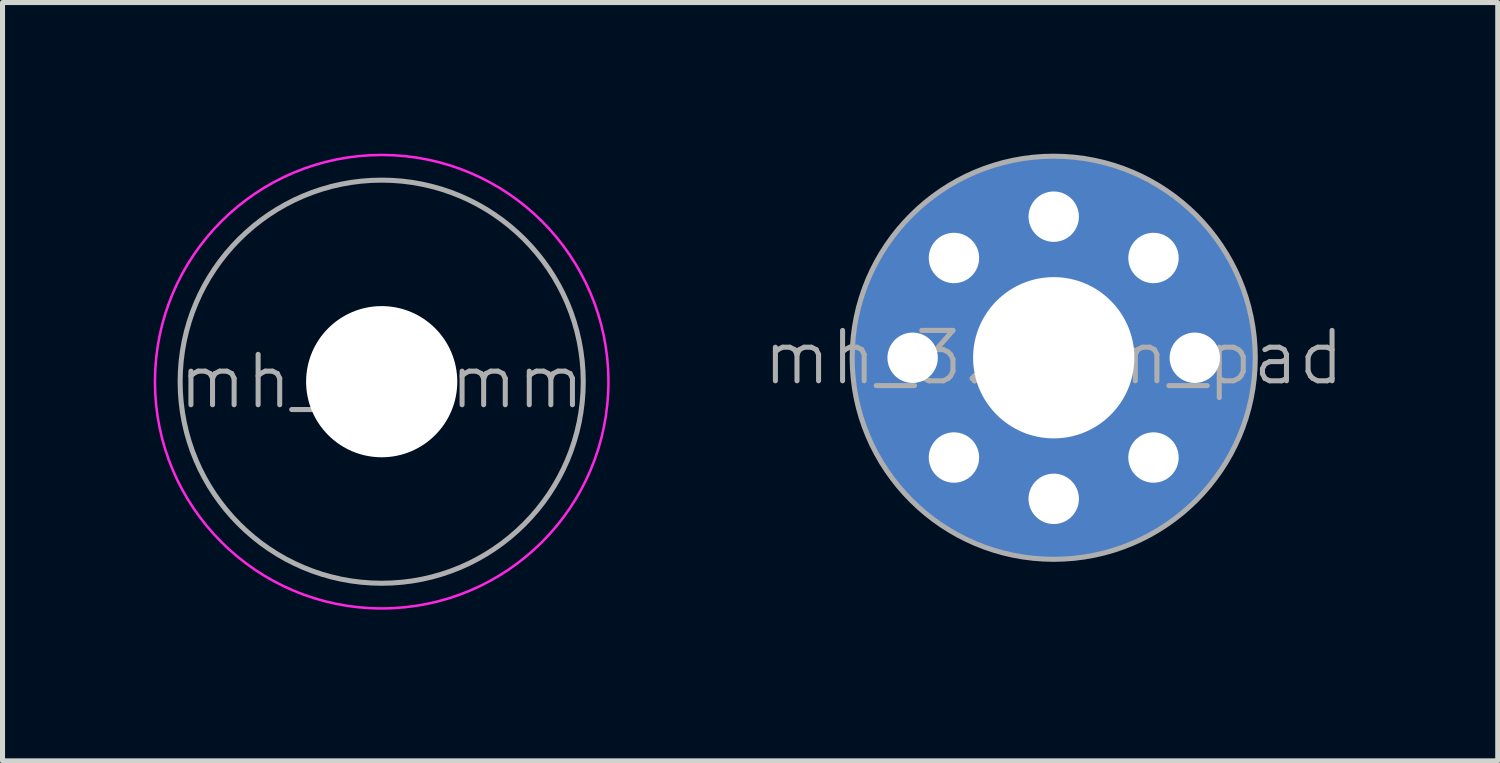
<source format=kicad_pcb>
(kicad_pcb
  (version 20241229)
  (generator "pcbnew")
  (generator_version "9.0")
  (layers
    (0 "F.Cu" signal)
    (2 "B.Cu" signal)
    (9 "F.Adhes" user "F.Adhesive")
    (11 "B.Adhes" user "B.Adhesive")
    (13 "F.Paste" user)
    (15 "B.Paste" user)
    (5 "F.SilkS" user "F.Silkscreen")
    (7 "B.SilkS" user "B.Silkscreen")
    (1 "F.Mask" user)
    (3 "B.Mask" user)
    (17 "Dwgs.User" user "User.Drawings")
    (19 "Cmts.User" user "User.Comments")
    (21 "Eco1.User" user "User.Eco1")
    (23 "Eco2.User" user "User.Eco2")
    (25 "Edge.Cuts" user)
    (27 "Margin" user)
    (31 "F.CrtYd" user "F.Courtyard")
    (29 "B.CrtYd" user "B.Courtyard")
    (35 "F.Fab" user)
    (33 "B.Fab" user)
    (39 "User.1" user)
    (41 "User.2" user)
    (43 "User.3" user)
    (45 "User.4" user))
  (footprint "mh_3.2mm"
    (layer "F.Cu")
    (at 4.525 4.525)
    (property "Reference" "mh_3.2mm" (at 0 0 0) (unlocked yes) (layer "F.Fab") (effects (font (size 1 1) (thickness 0.1))))
    (attr through_hole exclude_from_pos_files exclude_from_bom)
    (fp_circle (center 0 0) (end 4.5 0) (stroke (width 0.05) (type default)) (fill no) (layer "F.CrtYd"))
    (fp_circle (center 0 0) (end 4 0) (stroke (width 0.1) (type default)) (fill no) (layer "F.Fab"))
    (pad "" np_thru_hole circle (at 0 0) (size 3 3) (drill 3.2) (layers "*.Cu" "*.Mask")))
  (footprint "mh_3.2mm_pad"
    (layer "F.Cu")
    (at 17.862 4.05)
    (property "Reference" "mh_3.2mm_pad" (at 0 0 0) (unlocked yes) (layer "F.Fab") (effects (font (size 1 1) (thickness 0.1))))
    (attr through_hole exclude_from_pos_files exclude_from_bom)
    (fp_circle (center 0 0) (end 4 0) (stroke (width 0.1) (type default)) (fill no) (layer "F.Fab"))
    (pad "1" thru_hole circle (at -2.8 0) (size 1.2 1.2) (drill 1) (layers "*.Cu" "*.Mask"))
    (pad "1" thru_hole circle (at -1.98 -1.98) (size 1.2 1.2) (drill 1) (layers "*.Cu" "*.Mask"))
    (pad "1" thru_hole circle (at -1.98 1.98) (size 1.2 1.2) (drill 1) (layers "*.Cu" "*.Mask"))
    (pad "1" thru_hole circle (at 0 -2.8) (size 1.2 1.2) (drill 1) (layers "*.Cu" "*.Mask"))
    (pad "1" thru_hole circle (at 0 0) (size 8 8) (drill 3.2) (layers "*.Cu" "*.Mask"))
    (pad "1" thru_hole circle (at 0 2.8) (size 1.2 1.2) (drill 1) (layers "*.Cu" "*.Mask"))
    (pad "1" thru_hole circle (at 1.98 -1.98) (size 1.2 1.2) (drill 1) (layers "*.Cu" "*.Mask"))
    (pad "1" thru_hole circle (at 1.98 1.98) (size 1.2 1.2) (drill 1) (layers "*.Cu" "*.Mask"))
    (pad "1" thru_hole circle (at 2.8 0) (size 1.2 1.2) (drill 1) (layers "*.Cu" "*.Mask")))
  (gr_rect
    (start -3 -3)
    (end 26.674 12.05)
    (stroke (width 0.1) (type default))
    (fill no)
    (layer "Edge.Cuts")))
</source>
